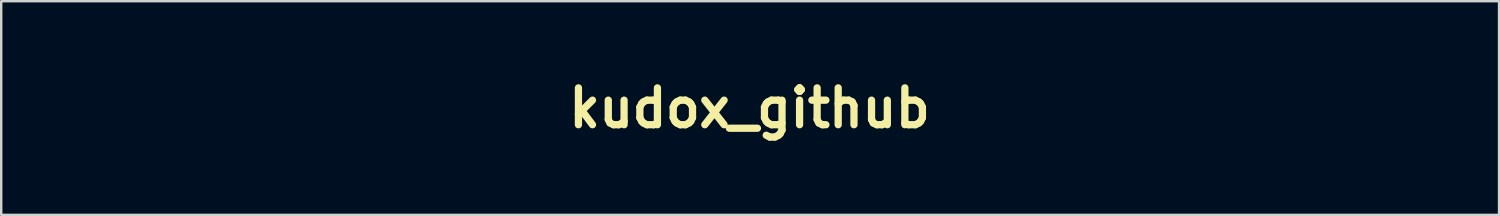
<source format=kicad_pcb>
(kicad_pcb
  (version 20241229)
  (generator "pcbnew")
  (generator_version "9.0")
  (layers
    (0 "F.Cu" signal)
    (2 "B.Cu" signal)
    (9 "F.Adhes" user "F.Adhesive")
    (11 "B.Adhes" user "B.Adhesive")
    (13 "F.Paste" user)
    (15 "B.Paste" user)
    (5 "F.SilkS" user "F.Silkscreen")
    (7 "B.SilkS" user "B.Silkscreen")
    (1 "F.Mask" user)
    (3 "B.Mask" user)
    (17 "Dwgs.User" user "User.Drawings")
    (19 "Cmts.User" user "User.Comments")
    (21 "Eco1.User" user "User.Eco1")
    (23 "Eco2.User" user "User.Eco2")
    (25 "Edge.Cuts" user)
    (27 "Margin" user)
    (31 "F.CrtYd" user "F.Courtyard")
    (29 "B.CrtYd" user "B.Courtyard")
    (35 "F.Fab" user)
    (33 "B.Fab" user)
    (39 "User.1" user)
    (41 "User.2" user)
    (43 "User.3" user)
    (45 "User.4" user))
  (footprint "kudox_github"
    (layer "F.Cu")
    (at 27.945 1.418)
    (property "Reference" "kudox_github" (at 0 0 0) (layer "F.SilkS") (effects (font (size 1.524 1.524) (thickness 0.3))))
    (attr through_hole)
    (fp_poly (pts (xy -16.402 -1.067) (xy -16.356 -0.983) (xy -16.383 -0.897) (xy -16.405 -0.879) (xy -16.503 -0.833) (xy -16.576 -0.863) (xy -16.605 -0.89) (xy -16.645 -0.988) (xy -16.599 -1.073) (xy -16.502 -1.104) (xy -16.402 -1.067)) (stroke (width 0.01) (type solid)) (fill yes) (layer "F.Mask"))
    (fp_poly (pts (xy -21.005 0.329) (xy -20.983 0.448) (xy -20.997 0.561) (xy -21.063 0.603) (xy -21.148 0.607) (xy -21.266 0.594) (xy -21.309 0.529) (xy -21.314 0.448) (xy -21.287 0.318) (xy -21.231 0.256) (xy -21.094 0.247) (xy -21.005 0.329)) (stroke (width 0.01) (type solid)) (fill yes) (layer "F.Mask"))
    (fp_poly (pts (xy -21.05 -0.617) (xy -21.014 -0.541) (xy -21.01 -0.469) (xy -21.027 -0.348) (xy -21.099 -0.297) (xy -21.166 -0.286) (xy -21.271 -0.283) (xy -21.308 -0.329) (xy -21.304 -0.452) (xy -21.278 -0.579) (xy -21.216 -0.629) (xy -21.148 -0.635) (xy -21.05 -0.617)) (stroke (width 0.01) (type solid)) (fill yes) (layer "F.Mask"))
    (fp_poly (pts (xy -10.163 0.248) (xy -10.074 0.308) (xy -10.06 0.429) (xy -10.06 0.433) (xy -10.114 0.549) (xy -10.215 0.605) (xy -10.325 0.594) (xy -10.404 0.509) (xy -10.409 0.494) (xy -10.407 0.356) (xy -10.325 0.261) (xy -10.194 0.24) (xy -10.163 0.248)) (stroke (width 0.01) (type solid)) (fill yes) (layer "F.Mask"))
    (fp_poly (pts (xy 17.094 -0.155) (xy 17.286 -0.138) (xy 17.392 -0.107) (xy 17.435 -0.054) (xy 17.438 -0.041) (xy 17.435 0.011) (xy 17.384 0.04) (xy 17.263 0.053) (xy 17.097 0.055) (xy 16.909 0.049) (xy 16.769 0.033) (xy 16.71 0.011) (xy 16.7 -0.076) (xy 16.788 -0.134) (xy 16.969 -0.157) (xy 17.094 -0.155)) (stroke (width 0.01) (type solid)) (fill yes) (layer "F.Mask"))
    (fp_poly (pts (xy -16.356 0.01) (xy -16.365 0.266) (xy -16.376 0.432) (xy -16.395 0.528) (xy -16.428 0.576) (xy -16.477 0.594) (xy -16.496 0.597) (xy -16.606 0.582) (xy -16.651 0.538) (xy -16.662 0.45) (xy -16.668 0.283) (xy -16.667 0.065) (xy -16.664 -0.032) (xy -16.648 -0.525) (xy -16.494 -0.542) (xy -16.34 -0.56) (xy -16.356 0.01)) (stroke (width 0.01) (type solid)) (fill yes) (layer "F.Mask"))
    (fp_poly (pts (xy -19.626 -1.027) (xy -19.606 -0.984) (xy -19.63 -0.911) (xy -19.692 -0.757) (xy -19.786 -0.54) (xy -19.902 -0.28) (xy -19.98 -0.11) (xy -20.127 0.202) (xy -20.239 0.426) (xy -20.325 0.575) (xy -20.393 0.663) (xy -20.451 0.702) (xy -20.473 0.708) (xy -20.568 0.705) (xy -20.595 0.68) (xy -20.573 0.617) (xy -20.513 0.471) (xy -20.422 0.261) (xy -20.308 0.003) (xy -20.22 -0.193) (xy -20.073 -0.513) (xy -19.96 -0.743) (xy -19.873 -0.897) (xy -19.805 -0.99) (xy -19.748 -1.032) (xy -19.724 -1.039) (xy -19.626 -1.027)) (stroke (width 0.01) (type solid)) (fill yes) (layer "F.Mask"))
    (fp_poly (pts (xy -4.331 -1.027) (xy -4.311 -0.984) (xy -4.335 -0.911) (xy -4.397 -0.757) (xy -4.491 -0.54) (xy -4.607 -0.28) (xy -4.685 -0.11) (xy -4.831 0.202) (xy -4.944 0.426) (xy -5.03 0.575) (xy -5.098 0.663) (xy -5.156 0.702) (xy -5.177 0.708) (xy -5.273 0.705) (xy -5.3 0.68) (xy -5.278 0.617) (xy -5.218 0.471) (xy -5.127 0.261) (xy -5.013 0.003) (xy -4.925 -0.193) (xy -4.778 -0.513) (xy -4.665 -0.743) (xy -4.578 -0.897) (xy -4.51 -0.99) (xy -4.453 -1.032) (xy -4.428 -1.039) (xy -4.331 -1.027)) (stroke (width 0.01) (type solid)) (fill yes) (layer "F.Mask"))
    (fp_poly (pts (xy -18.401 -1.032) (xy -18.39 -1.008) (xy -18.412 -0.946) (xy -18.473 -0.801) (xy -18.564 -0.592) (xy -18.679 -0.334) (xy -18.767 -0.138) (xy -18.914 0.182) (xy -19.028 0.413) (xy -19.115 0.568) (xy -19.183 0.66) (xy -19.24 0.702) (xy -19.261 0.708) (xy -19.355 0.701) (xy -19.381 0.67) (xy -19.36 0.601) (xy -19.301 0.454) (xy -19.214 0.249) (xy -19.11 0.01) (xy -18.997 -0.245) (xy -18.886 -0.491) (xy -18.785 -0.709) (xy -18.704 -0.876) (xy -18.653 -0.971) (xy -18.647 -0.98) (xy -18.571 -1.03) (xy -18.473 -1.049) (xy -18.401 -1.032)) (stroke (width 0.01) (type solid)) (fill yes) (layer "F.Mask"))
    (fp_poly (pts (xy 9.65 -1.032) (xy 9.66 -1.008) (xy 9.638 -0.946) (xy 9.577 -0.801) (xy 9.486 -0.592) (xy 9.372 -0.334) (xy 9.284 -0.138) (xy 9.136 0.182) (xy 9.023 0.413) (xy 8.936 0.568) (xy 8.868 0.66) (xy 8.81 0.702) (xy 8.789 0.708) (xy 8.695 0.701) (xy 8.669 0.67) (xy 8.691 0.601) (xy 8.75 0.454) (xy 8.836 0.249) (xy 8.94 0.01) (xy 9.053 -0.245) (xy 9.165 -0.491) (xy 9.266 -0.709) (xy 9.346 -0.876) (xy 9.397 -0.971) (xy 9.403 -0.98) (xy 9.479 -1.03) (xy 9.578 -1.049) (xy 9.65 -1.032)) (stroke (width 0.01) (type solid)) (fill yes) (layer "F.Mask"))
    (fp_poly (pts (xy -8.979 -0.59) (xy -8.875 -0.542) (xy -8.845 -0.457) (xy -8.846 -0.454) (xy -8.889 -0.388) (xy -9.002 -0.374) (xy -9.047 -0.377) (xy -9.246 -0.356) (xy -9.379 -0.247) (xy -9.439 -0.058) (xy -9.442 0.009) (xy -9.403 0.222) (xy -9.295 0.368) (xy -9.132 0.431) (xy -9.045 0.428) (xy -8.901 0.434) (xy -8.849 0.484) (xy -8.86 0.572) (xy -8.951 0.633) (xy -9.096 0.66) (xy -9.267 0.649) (xy -9.436 0.595) (xy -9.442 0.592) (xy -9.606 0.454) (xy -9.709 0.252) (xy -9.748 0.019) (xy -9.717 -0.212) (xy -9.612 -0.409) (xy -9.596 -0.426) (xy -9.467 -0.519) (xy -9.303 -0.578) (xy -9.131 -0.602) (xy -8.979 -0.59)) (stroke (width 0.01) (type solid)) (fill yes) (layer "F.Mask"))
    (fp_poly (pts (xy 26.597 -0.514) (xy 26.615 -0.468) (xy 26.569 -0.382) (xy 26.518 -0.354) (xy 26.331 -0.289) (xy 26.218 -0.211) (xy 26.156 -0.093) (xy 26.126 0.096) (xy 26.118 0.195) (xy 26.1 0.399) (xy 26.076 0.517) (xy 26.037 0.574) (xy 25.973 0.596) (xy 25.966 0.597) (xy 25.856 0.582) (xy 25.812 0.538) (xy 25.8 0.45) (xy 25.794 0.283) (xy 25.795 0.065) (xy 25.798 -0.031) (xy 25.808 -0.269) (xy 25.824 -0.418) (xy 25.85 -0.499) (xy 25.892 -0.536) (xy 25.919 -0.543) (xy 26.03 -0.52) (xy 26.074 -0.474) (xy 26.122 -0.416) (xy 26.187 -0.431) (xy 26.244 -0.468) (xy 26.381 -0.534) (xy 26.511 -0.549) (xy 26.597 -0.514)) (stroke (width 0.01) (type solid)) (fill yes) (layer "F.Mask"))
    (fp_poly (pts (xy -3.851 -1.094) (xy -3.791 -1.078) (xy -3.752 -1.034) (xy -3.728 -0.942) (xy -3.711 -0.778) (xy -3.7 -0.591) (xy -3.672 -0.104) (xy -3.454 -0.328) (xy -3.295 -0.467) (xy -3.157 -0.543) (xy -3.109 -0.552) (xy -3.017 -0.543) (xy -2.993 -0.505) (xy -3.041 -0.424) (xy -3.165 -0.287) (xy -3.21 -0.241) (xy -3.438 -0.009) (xy -3.21 0.261) (xy -3.092 0.407) (xy -3.01 0.519) (xy -2.982 0.57) (xy -3.029 0.598) (xy -3.117 0.607) (xy -3.245 0.564) (xy -3.4 0.427) (xy -3.462 0.356) (xy -3.672 0.104) (xy -3.7 0.342) (xy -3.728 0.498) (xy -3.779 0.573) (xy -3.851 0.597) (xy -3.976 0.615) (xy -3.976 -1.112) (xy -3.851 -1.094)) (stroke (width 0.01) (type solid)) (fill yes) (layer "F.Mask"))
    (fp_poly (pts (xy 10.171 -1.072) (xy 10.213 -1.043) (xy 10.239 -0.969) (xy 10.255 -0.829) (xy 10.269 -0.601) (xy 10.27 -0.582) (xy 10.298 -0.087) (xy 10.495 -0.324) (xy 10.625 -0.466) (xy 10.727 -0.533) (xy 10.832 -0.544) (xy 10.846 -0.543) (xy 11 -0.525) (xy 10.533 0.005) (xy 10.761 0.274) (xy 10.878 0.418) (xy 10.96 0.528) (xy 10.988 0.576) (xy 10.941 0.6) (xy 10.855 0.607) (xy 10.717 0.556) (xy 10.542 0.402) (xy 10.499 0.355) (xy 10.277 0.103) (xy 10.26 0.341) (xy 10.239 0.496) (xy 10.195 0.571) (xy 10.118 0.597) (xy 10.01 0.582) (xy 9.965 0.54) (xy 9.955 0.459) (xy 9.949 0.291) (xy 9.947 0.057) (xy 9.95 -0.22) (xy 9.951 -0.306) (xy 9.967 -1.077) (xy 10.105 -1.077) (xy 10.171 -1.072)) (stroke (width 0.01) (type solid)) (fill yes) (layer "F.Mask"))
    (fp_poly (pts (xy -7.862 -0.584) (xy -7.66 -0.513) (xy -7.506 -0.39) (xy -7.453 -0.3) (xy -7.404 -0.059) (xy -7.415 0.205) (xy -7.454 0.358) (xy -7.563 0.503) (xy -7.742 0.604) (xy -7.954 0.648) (xy -8.165 0.623) (xy -8.2 0.61) (xy -8.388 0.485) (xy -8.497 0.291) (xy -8.531 0.026) (xy -8.519 -0.057) (xy -8.223 -0.057) (xy -8.223 0.126) (xy -8.2 0.287) (xy -8.161 0.375) (xy -8.031 0.437) (xy -7.882 0.416) (xy -7.761 0.319) (xy -7.689 0.148) (xy -7.683 -0.039) (xy -7.733 -0.21) (xy -7.831 -0.336) (xy -7.967 -0.386) (xy -7.971 -0.387) (xy -8.1 -0.359) (xy -8.161 -0.32) (xy -8.203 -0.221) (xy -8.223 -0.057) (xy -8.519 -0.057) (xy -8.491 -0.246) (xy -8.371 -0.442) (xy -8.172 -0.561) (xy -8.074 -0.586) (xy -7.862 -0.584)) (stroke (width 0.01) (type solid)) (fill yes) (layer "F.Mask"))
    (fp_poly (pts (xy 2.638 -0.571) (xy 2.835 -0.472) (xy 2.956 -0.328) (xy 3.03 -0.092) (xy 3.028 0.148) (xy 2.956 0.366) (xy 2.823 0.531) (xy 2.699 0.601) (xy 2.506 0.653) (xy 2.346 0.645) (xy 2.18 0.586) (xy 2.016 0.46) (xy 1.915 0.272) (xy 1.877 0.052) (xy 1.879 0.028) (xy 2.153 0.028) (xy 2.189 0.216) (xy 2.281 0.356) (xy 2.406 0.433) (xy 2.541 0.433) (xy 2.657 0.35) (xy 2.706 0.239) (xy 2.732 0.075) (xy 2.733 0.028) (xy 2.701 -0.198) (xy 2.608 -0.338) (xy 2.457 -0.387) (xy 2.454 -0.387) (xy 2.315 -0.336) (xy 2.208 -0.205) (xy 2.156 -0.022) (xy 2.153 0.028) (xy 1.879 0.028) (xy 1.901 -0.173) (xy 1.987 -0.373) (xy 2.136 -0.518) (xy 2.18 -0.541) (xy 2.409 -0.597) (xy 2.638 -0.571)) (stroke (width 0.01) (type solid)) (fill yes) (layer "F.Mask"))
    (fp_poly (pts (xy 17.959 -1.094) (xy 18.019 -1.078) (xy 18.057 -1.036) (xy 18.08 -0.946) (xy 18.092 -0.786) (xy 18.1 -0.594) (xy 18.109 -0.378) (xy 18.122 -0.212) (xy 18.136 -0.121) (xy 18.141 -0.11) (xy 18.189 -0.148) (xy 18.286 -0.244) (xy 18.366 -0.331) (xy 18.52 -0.477) (xy 18.653 -0.543) (xy 18.732 -0.552) (xy 18.898 -0.552) (xy 18.671 -0.305) (xy 18.55 -0.163) (xy 18.468 -0.045) (xy 18.445 0.013) (xy 18.481 0.089) (xy 18.57 0.216) (xy 18.666 0.331) (xy 18.885 0.58) (xy 18.736 0.598) (xy 18.635 0.592) (xy 18.533 0.534) (xy 18.403 0.408) (xy 18.351 0.35) (xy 18.116 0.083) (xy 18.113 0.345) (xy 18.107 0.504) (xy 18.081 0.581) (xy 18.02 0.606) (xy 17.973 0.607) (xy 17.835 0.607) (xy 17.835 -1.112) (xy 17.959 -1.094)) (stroke (width 0.01) (type solid)) (fill yes) (layer "F.Mask"))
    (fp_poly (pts (xy 23.722 -0.584) (xy 23.924 -0.513) (xy 24.078 -0.39) (xy 24.131 -0.3) (xy 24.18 -0.059) (xy 24.169 0.205) (xy 24.13 0.358) (xy 24.021 0.503) (xy 23.843 0.604) (xy 23.63 0.648) (xy 23.42 0.623) (xy 23.385 0.61) (xy 23.196 0.485) (xy 23.087 0.291) (xy 23.053 0.028) (xy 23.357 0.028) (xy 23.369 0.203) (xy 23.401 0.336) (xy 23.423 0.375) (xy 23.554 0.437) (xy 23.702 0.416) (xy 23.823 0.319) (xy 23.895 0.148) (xy 23.901 -0.039) (xy 23.851 -0.21) (xy 23.754 -0.336) (xy 23.617 -0.386) (xy 23.613 -0.387) (xy 23.476 -0.356) (xy 23.394 -0.256) (xy 23.36 -0.071) (xy 23.357 0.028) (xy 23.053 0.028) (xy 23.053 0.026) (xy 23.093 -0.246) (xy 23.213 -0.442) (xy 23.412 -0.561) (xy 23.51 -0.586) (xy 23.722 -0.584)) (stroke (width 0.01) (type solid)) (fill yes) (layer "F.Mask"))
    (fp_poly (pts (xy -27.816 -1.094) (xy -27.744 -1.071) (xy -27.703 -1.01) (xy -27.683 -0.882) (xy -27.675 -0.765) (xy -27.659 -0.453) (xy -27.488 -0.538) (xy -27.308 -0.593) (xy -27.174 -0.573) (xy -27.038 -0.491) (xy -26.952 -0.349) (xy -26.909 -0.132) (xy -26.904 0.166) (xy -26.914 0.378) (xy -26.931 0.504) (xy -26.963 0.567) (xy -27.017 0.593) (xy -27.043 0.597) (xy -27.106 0.6) (xy -27.143 0.571) (xy -27.161 0.489) (xy -27.167 0.33) (xy -27.167 0.201) (xy -27.175 -0.047) (xy -27.202 -0.206) (xy -27.251 -0.297) (xy -27.254 -0.3) (xy -27.35 -0.374) (xy -27.438 -0.367) (xy -27.546 -0.29) (xy -27.611 -0.214) (xy -27.65 -0.101) (xy -27.671 0.078) (xy -27.676 0.193) (xy -27.688 0.397) (xy -27.707 0.515) (xy -27.742 0.573) (xy -27.803 0.595) (xy -27.816 0.597) (xy -27.94 0.615) (xy -27.94 -1.112) (xy -27.816 -1.094)) (stroke (width 0.01) (type solid)) (fill yes) (layer "F.Mask"))
    (fp_poly (pts (xy -26.121 -0.914) (xy -26.069 -0.785) (xy -26.063 -0.711) (xy -26.045 -0.594) (xy -25.976 -0.554) (xy -25.938 -0.551) (xy -25.794 -0.527) (xy -25.705 -0.469) (xy -25.699 -0.395) (xy -25.7 -0.393) (xy -25.777 -0.349) (xy -25.903 -0.331) (xy -26.068 -0.331) (xy -26.051 0.041) (xy -26.04 0.239) (xy -26.022 0.352) (xy -25.984 0.406) (xy -25.916 0.427) (xy -25.88 0.432) (xy -25.765 0.467) (xy -25.742 0.542) (xy -25.806 0.61) (xy -25.941 0.646) (xy -26.112 0.641) (xy -26.19 0.625) (xy -26.297 0.543) (xy -26.364 0.362) (xy -26.393 0.082) (xy -26.394 -0.004) (xy -26.398 -0.187) (xy -26.416 -0.286) (xy -26.457 -0.326) (xy -26.504 -0.331) (xy -26.596 -0.368) (xy -26.615 -0.419) (xy -26.568 -0.503) (xy -26.504 -0.536) (xy -26.415 -0.604) (xy -26.394 -0.718) (xy -26.366 -0.856) (xy -26.311 -0.939) (xy -26.209 -0.972) (xy -26.121 -0.914)) (stroke (width 0.01) (type solid)) (fill yes) (layer "F.Mask"))
    (fp_poly (pts (xy 5.374 -0.547) (xy 5.547 -0.443) (xy 5.66 -0.255) (xy 5.686 -0.173) (xy 5.709 0.062) (xy 5.664 0.296) (xy 5.56 0.485) (xy 5.526 0.52) (xy 5.366 0.605) (xy 5.157 0.643) (xy 4.951 0.628) (xy 4.859 0.595) (xy 4.746 0.5) (xy 4.639 0.352) (xy 4.619 0.315) (xy 4.547 0.054) (xy 4.548 0.048) (xy 4.859 0.048) (xy 4.894 0.255) (xy 4.989 0.392) (xy 5.134 0.442) (xy 5.135 0.442) (xy 5.257 0.404) (xy 5.325 0.355) (xy 5.386 0.233) (xy 5.411 0.044) (xy 5.411 0.028) (xy 5.378 -0.198) (xy 5.279 -0.336) (xy 5.116 -0.386) (xy 5.106 -0.387) (xy 4.969 -0.338) (xy 4.887 -0.194) (xy 4.859 0.045) (xy 4.859 0.048) (xy 4.548 0.048) (xy 4.584 -0.201) (xy 4.719 -0.428) (xy 4.82 -0.523) (xy 4.938 -0.568) (xy 5.117 -0.58) (xy 5.125 -0.58) (xy 5.374 -0.547)) (stroke (width 0.01) (type solid)) (fill yes) (layer "F.Mask"))
    (fp_poly (pts (xy 8.08 -0.568) (xy 8.209 -0.521) (xy 8.323 -0.427) (xy 8.416 -0.315) (xy 8.462 -0.194) (xy 8.476 -0.018) (xy 8.476 0.028) (xy 8.466 0.223) (xy 8.427 0.353) (xy 8.344 0.461) (xy 8.335 0.47) (xy 8.133 0.598) (xy 7.893 0.64) (xy 7.65 0.59) (xy 7.638 0.585) (xy 7.479 0.484) (xy 7.387 0.34) (xy 7.347 0.128) (xy 7.344 0.013) (xy 7.62 0.013) (xy 7.652 0.22) (xy 7.738 0.365) (xy 7.858 0.437) (xy 7.995 0.42) (xy 8.085 0.355) (xy 8.14 0.243) (xy 8.168 0.072) (xy 8.168 -0.112) (xy 8.139 -0.263) (xy 8.106 -0.32) (xy 7.977 -0.38) (xy 7.822 -0.367) (xy 7.707 -0.3) (xy 7.647 -0.181) (xy 7.62 -0.005) (xy 7.62 0.013) (xy 7.344 0.013) (xy 7.344 0.007) (xy 7.378 -0.261) (xy 7.482 -0.445) (xy 7.661 -0.55) (xy 7.89 -0.58) (xy 8.08 -0.568)) (stroke (width 0.01) (type solid)) (fill yes) (layer "F.Mask"))
    (fp_poly (pts (xy 14.761 -0.568) (xy 14.891 -0.521) (xy 15.004 -0.427) (xy 15.097 -0.315) (xy 15.143 -0.194) (xy 15.157 -0.018) (xy 15.157 0.028) (xy 15.147 0.223) (xy 15.108 0.353) (xy 15.025 0.461) (xy 15.016 0.47) (xy 14.815 0.598) (xy 14.574 0.64) (xy 14.331 0.59) (xy 14.319 0.585) (xy 14.16 0.484) (xy 14.068 0.34) (xy 14.029 0.128) (xy 14.025 0.013) (xy 14.301 0.013) (xy 14.334 0.22) (xy 14.419 0.365) (xy 14.539 0.437) (xy 14.676 0.42) (xy 14.767 0.355) (xy 14.822 0.243) (xy 14.85 0.072) (xy 14.85 -0.112) (xy 14.82 -0.263) (xy 14.787 -0.32) (xy 14.659 -0.38) (xy 14.503 -0.367) (xy 14.388 -0.3) (xy 14.328 -0.181) (xy 14.302 -0.005) (xy 14.301 0.013) (xy 14.025 0.013) (xy 14.025 0.007) (xy 14.059 -0.261) (xy 14.163 -0.445) (xy 14.342 -0.55) (xy 14.571 -0.58) (xy 14.761 -0.568)) (stroke (width 0.01) (type solid)) (fill yes) (layer "F.Mask"))
    (fp_poly (pts (xy -24.961 -0.962) (xy -24.937 -0.944) (xy -24.87 -0.836) (xy -24.848 -0.715) (xy -24.832 -0.605) (xy -24.763 -0.556) (xy -24.669 -0.542) (xy -24.521 -0.498) (xy -24.472 -0.428) (xy -24.481 -0.362) (xy -24.559 -0.335) (xy -24.653 -0.331) (xy -24.853 -0.331) (xy -24.837 0.041) (xy -24.826 0.239) (xy -24.807 0.352) (xy -24.769 0.406) (xy -24.701 0.427) (xy -24.665 0.432) (xy -24.55 0.467) (xy -24.527 0.542) (xy -24.591 0.62) (xy -24.717 0.652) (xy -24.868 0.636) (xy -25.005 0.57) (xy -25.011 0.566) (xy -25.081 0.49) (xy -25.125 0.382) (xy -25.153 0.213) (xy -25.166 0.066) (xy -25.184 -0.143) (xy -25.208 -0.263) (xy -25.245 -0.319) (xy -25.297 -0.331) (xy -25.382 -0.364) (xy -25.392 -0.437) (xy -25.329 -0.507) (xy -25.29 -0.525) (xy -25.197 -0.605) (xy -25.179 -0.683) (xy -25.146 -0.829) (xy -25.102 -0.912) (xy -25.031 -0.983) (xy -24.961 -0.962)) (stroke (width 0.01) (type solid)) (fill yes) (layer "F.Mask"))
    (fp_poly (pts (xy -22.045 -0.587) (xy -21.913 -0.539) (xy -21.828 -0.477) (xy -21.819 -0.417) (xy -21.824 -0.41) (xy -21.9 -0.385) (xy -22.044 -0.368) (xy -22.128 -0.364) (xy -22.29 -0.354) (xy -22.368 -0.323) (xy -22.391 -0.262) (xy -22.391 -0.254) (xy -22.356 -0.175) (xy -22.24 -0.11) (xy -22.138 -0.076) (xy -21.923 0.023) (xy -21.806 0.164) (xy -21.79 0.34) (xy -21.811 0.415) (xy -21.917 0.55) (xy -22.094 0.634) (xy -22.312 0.659) (xy -22.539 0.617) (xy -22.57 0.606) (xy -22.666 0.538) (xy -22.694 0.477) (xy -22.664 0.43) (xy -22.559 0.408) (xy -22.404 0.407) (xy -22.234 0.406) (xy -22.147 0.386) (xy -22.117 0.339) (xy -22.115 0.305) (xy -22.151 0.219) (xy -22.274 0.141) (xy -22.363 0.105) (xy -22.573 -0.01) (xy -22.688 -0.152) (xy -22.712 -0.301) (xy -22.649 -0.439) (xy -22.504 -0.546) (xy -22.282 -0.602) (xy -22.194 -0.607) (xy -22.045 -0.587)) (stroke (width 0.01) (type solid)) (fill yes) (layer "F.Mask"))
    (fp_poly (pts (xy -15.477 -0.895) (xy -15.461 -0.742) (xy -15.451 -0.614) (xy -15.403 -0.561) (xy -15.302 -0.552) (xy -15.172 -0.528) (xy -15.075 -0.47) (xy -15.04 -0.401) (xy -15.056 -0.368) (xy -15.132 -0.343) (xy -15.266 -0.331) (xy -15.277 -0.331) (xy -15.461 -0.331) (xy -15.461 -0.011) (xy -15.446 0.222) (xy -15.394 0.363) (xy -15.296 0.43) (xy -15.201 0.442) (xy -15.102 0.47) (xy -15.074 0.519) (xy -15.122 0.604) (xy -15.243 0.651) (xy -15.406 0.652) (xy -15.516 0.624) (xy -15.63 0.551) (xy -15.7 0.418) (xy -15.733 0.206) (xy -15.737 0.045) (xy -15.74 -0.155) (xy -15.754 -0.268) (xy -15.786 -0.319) (xy -15.843 -0.331) (xy -15.847 -0.331) (xy -15.939 -0.368) (xy -15.958 -0.419) (xy -15.911 -0.503) (xy -15.847 -0.536) (xy -15.765 -0.592) (xy -15.737 -0.718) (xy -15.737 -0.746) (xy -15.71 -0.898) (xy -15.649 -0.961) (xy -15.538 -0.972) (xy -15.477 -0.895)) (stroke (width 0.01) (type solid)) (fill yes) (layer "F.Mask"))
    (fp_poly (pts (xy 16.363 -0.535) (xy 16.365 -0.483) (xy 16.312 -0.396) (xy 16.228 -0.258) (xy 16.194 -0.204) (xy 16.063 0.006) (xy 16.231 0.28) (xy 16.322 0.432) (xy 16.383 0.542) (xy 16.4 0.581) (xy 16.352 0.601) (xy 16.26 0.607) (xy 16.136 0.571) (xy 16.026 0.447) (xy 16.006 0.414) (xy 15.931 0.293) (xy 15.882 0.226) (xy 15.875 0.221) (xy 15.839 0.263) (xy 15.771 0.37) (xy 15.744 0.414) (xy 15.652 0.526) (xy 15.546 0.598) (xy 15.455 0.616) (xy 15.407 0.571) (xy 15.406 0.551) (xy 15.433 0.475) (xy 15.503 0.343) (xy 15.551 0.264) (xy 15.697 0.033) (xy 15.551 -0.226) (xy 15.457 -0.398) (xy 15.418 -0.496) (xy 15.432 -0.54) (xy 15.5 -0.552) (xy 15.542 -0.552) (xy 15.656 -0.519) (xy 15.752 -0.406) (xy 15.782 -0.352) (xy 15.884 -0.153) (xy 16.002 -0.352) (xy 16.109 -0.494) (xy 16.223 -0.549) (xy 16.263 -0.552) (xy 16.363 -0.535)) (stroke (width 0.01) (type solid)) (fill yes) (layer "F.Mask"))
    (fp_poly (pts (xy 12.302 0.014) (xy 12.293 0.269) (xy 12.282 0.434) (xy 12.262 0.53) (xy 12.23 0.576) (xy 12.179 0.595) (xy 12.162 0.597) (xy 12.066 0.589) (xy 12.037 0.555) (xy 11.996 0.532) (xy 11.879 0.576) (xy 11.874 0.578) (xy 11.708 0.646) (xy 11.568 0.648) (xy 11.485 0.624) (xy 11.384 0.565) (xy 11.317 0.463) (xy 11.28 0.296) (xy 11.265 0.047) (xy 11.264 -0.066) (xy 11.266 -0.298) (xy 11.273 -0.441) (xy 11.293 -0.517) (xy 11.332 -0.547) (xy 11.395 -0.552) (xy 11.402 -0.552) (xy 11.472 -0.547) (xy 11.513 -0.517) (xy 11.533 -0.44) (xy 11.54 -0.292) (xy 11.54 -0.121) (xy 11.557 0.171) (xy 11.608 0.36) (xy 11.692 0.445) (xy 11.808 0.426) (xy 11.927 0.331) (xy 11.989 0.247) (xy 12.023 0.129) (xy 12.036 -0.054) (xy 12.037 -0.166) (xy 12.039 -0.368) (xy 12.051 -0.483) (xy 12.081 -0.536) (xy 12.139 -0.551) (xy 12.177 -0.552) (xy 12.317 -0.552) (xy 12.302 0.014)) (stroke (width 0.01) (type solid)) (fill yes) (layer "F.Mask"))
    (fp_poly (pts (xy -12.294 -0.526) (xy -12.252 -0.489) (xy -12.229 -0.398) (xy -12.214 -0.232) (xy -12.205 -0.024) (xy -12.205 0.191) (xy -12.214 0.379) (xy -12.232 0.505) (xy -12.237 0.52) (xy -12.305 0.588) (xy -12.405 0.605) (xy -12.481 0.566) (xy -12.489 0.549) (xy -12.548 0.528) (xy -12.673 0.576) (xy -12.859 0.65) (xy -13.006 0.643) (xy -13.148 0.558) (xy -13.21 0.498) (xy -13.249 0.423) (xy -13.269 0.306) (xy -13.277 0.122) (xy -13.278 -0.035) (xy -13.278 -0.268) (xy -13.271 -0.412) (xy -13.251 -0.489) (xy -13.213 -0.519) (xy -13.151 -0.525) (xy -13.142 -0.525) (xy -13.074 -0.519) (xy -13.032 -0.489) (xy -13.008 -0.412) (xy -12.995 -0.265) (xy -12.988 -0.072) (xy -12.977 0.155) (xy -12.959 0.295) (xy -12.929 0.371) (xy -12.879 0.409) (xy -12.86 0.416) (xy -12.717 0.419) (xy -12.614 0.322) (xy -12.549 0.125) (xy -12.523 -0.13) (xy -12.51 -0.34) (xy -12.489 -0.463) (xy -12.451 -0.523) (xy -12.403 -0.543) (xy -12.294 -0.526)) (stroke (width 0.01) (type solid)) (fill yes) (layer "F.Mask"))
    (fp_poly (pts (xy 19.793 -0.57) (xy 19.979 -0.478) (xy 20.016 -0.442) (xy 20.084 -0.315) (xy 20.119 -0.146) (xy 20.12 -0.126) (xy 20.127 0.083) (xy 19.754 0.099) (xy 19.554 0.112) (xy 19.441 0.133) (xy 19.391 0.169) (xy 19.381 0.221) (xy 19.431 0.337) (xy 19.565 0.412) (xy 19.762 0.435) (xy 19.812 0.432) (xy 19.958 0.434) (xy 20.023 0.477) (xy 20.032 0.504) (xy 20.001 0.585) (xy 19.886 0.637) (xy 19.712 0.655) (xy 19.505 0.632) (xy 19.464 0.623) (xy 19.277 0.528) (xy 19.147 0.362) (xy 19.074 0.154) (xy 19.063 -0.069) (xy 19.099 -0.216) (xy 19.379 -0.216) (xy 19.414 -0.146) (xy 19.552 -0.113) (xy 19.63 -0.11) (xy 19.778 -0.117) (xy 19.867 -0.132) (xy 19.878 -0.142) (xy 19.832 -0.273) (xy 19.719 -0.358) (xy 19.579 -0.381) (xy 19.452 -0.324) (xy 19.448 -0.32) (xy 19.379 -0.216) (xy 19.099 -0.216) (xy 19.115 -0.281) (xy 19.234 -0.454) (xy 19.35 -0.534) (xy 19.57 -0.591) (xy 19.793 -0.57)) (stroke (width 0.01) (type solid)) (fill yes) (layer "F.Mask"))
    (fp_poly (pts (xy 20.464 -0.543) (xy 20.548 -0.525) (xy 20.607 -0.478) (xy 20.656 -0.38) (xy 20.71 -0.206) (xy 20.733 -0.124) (xy 20.789 0.067) (xy 20.837 0.209) (xy 20.869 0.274) (xy 20.872 0.276) (xy 20.902 0.228) (xy 20.957 0.1) (xy 21.024 -0.082) (xy 21.039 -0.124) (xy 21.118 -0.338) (xy 21.184 -0.465) (xy 21.25 -0.527) (xy 21.3 -0.542) (xy 21.396 -0.536) (xy 21.424 -0.506) (xy 21.405 -0.429) (xy 21.352 -0.274) (xy 21.275 -0.063) (xy 21.183 0.181) (xy 21.084 0.436) (xy 20.987 0.677) (xy 20.903 0.882) (xy 20.838 1.028) (xy 20.805 1.091) (xy 20.706 1.153) (xy 20.604 1.141) (xy 20.571 1.108) (xy 20.573 1.03) (xy 20.616 0.898) (xy 20.636 0.854) (xy 20.678 0.759) (xy 20.698 0.678) (xy 20.692 0.583) (xy 20.658 0.448) (xy 20.591 0.249) (xy 20.546 0.119) (xy 20.465 -0.113) (xy 20.396 -0.309) (xy 20.348 -0.445) (xy 20.332 -0.488) (xy 20.345 -0.538) (xy 20.446 -0.545) (xy 20.464 -0.543)) (stroke (width 0.01) (type solid)) (fill yes) (layer "F.Mask"))
    (fp_poly (pts (xy -11.748 -1.094) (xy -11.676 -1.071) (xy -11.635 -1.01) (xy -11.615 -0.883) (xy -11.607 -0.764) (xy -11.59 -0.451) (xy -11.441 -0.529) (xy -11.286 -0.594) (xy -11.157 -0.595) (xy -11.022 -0.545) (xy -10.878 -0.424) (xy -10.788 -0.235) (xy -10.753 -0.011) (xy -10.778 0.219) (xy -10.865 0.422) (xy -10.929 0.501) (xy -11.088 0.626) (xy -11.241 0.655) (xy -11.423 0.593) (xy -11.443 0.583) (xy -11.562 0.541) (xy -11.626 0.556) (xy -11.701 0.599) (xy -11.765 0.607) (xy -11.805 0.601) (xy -11.834 0.573) (xy -11.853 0.506) (xy -11.864 0.384) (xy -11.87 0.191) (xy -11.871 0.013) (xy -11.596 0.013) (xy -11.564 0.226) (xy -11.48 0.37) (xy -11.359 0.433) (xy -11.217 0.403) (xy -11.144 0.35) (xy -11.072 0.223) (xy -11.043 0.042) (xy -11.058 -0.144) (xy -11.117 -0.285) (xy -11.13 -0.3) (xy -11.271 -0.384) (xy -11.406 -0.372) (xy -11.517 -0.276) (xy -11.584 -0.109) (xy -11.596 0.013) (xy -11.871 0.013) (xy -11.872 -0.089) (xy -11.872 -0.252) (xy -11.872 -1.112) (xy -11.748 -1.094)) (stroke (width 0.01) (type solid)) (fill yes) (layer "F.Mask"))
    (fp_poly (pts (xy -1.732 -0.549) (xy -1.693 -0.526) (xy -1.67 -0.463) (xy -1.66 -0.341) (xy -1.657 -0.14) (xy -1.657 0.028) (xy -1.658 0.287) (xy -1.665 0.454) (xy -1.681 0.551) (xy -1.709 0.595) (xy -1.754 0.607) (xy -1.764 0.607) (xy -1.868 0.584) (xy -1.903 0.556) (xy -1.97 0.541) (xy -2.085 0.583) (xy -2.275 0.653) (xy -2.428 0.633) (xy -2.572 0.525) (xy -2.64 0.448) (xy -2.68 0.366) (xy -2.697 0.25) (xy -2.698 0.069) (xy -2.694 -0.069) (xy -2.684 -0.293) (xy -2.669 -0.43) (xy -2.641 -0.503) (xy -2.595 -0.534) (xy -2.554 -0.542) (xy -2.49 -0.545) (xy -2.453 -0.516) (xy -2.435 -0.432) (xy -2.43 -0.272) (xy -2.43 -0.152) (xy -2.416 0.132) (xy -2.375 0.316) (xy -2.35 0.362) (xy -2.285 0.431) (xy -2.215 0.433) (xy -2.115 0.385) (xy -2.036 0.334) (xy -1.989 0.272) (xy -1.963 0.168) (xy -1.949 -0.003) (xy -1.944 -0.126) (xy -1.934 -0.341) (xy -1.919 -0.467) (xy -1.89 -0.53) (xy -1.84 -0.55) (xy -1.792 -0.552) (xy -1.732 -0.549)) (stroke (width 0.01) (type solid)) (fill yes) (layer "F.Mask"))
    (fp_poly (pts (xy 3.56 -1.074) (xy 3.58 -1.002) (xy 3.588 -0.862) (xy 3.589 -0.634) (xy 3.589 -0.611) (xy 3.594 -0.391) (xy 3.606 -0.221) (xy 3.625 -0.124) (xy 3.635 -0.11) (xy 3.693 -0.15) (xy 3.791 -0.251) (xy 3.859 -0.331) (xy 3.993 -0.475) (xy 4.112 -0.541) (xy 4.204 -0.552) (xy 4.372 -0.552) (xy 4.141 -0.275) (xy 3.909 0.002) (xy 4.066 0.2) (xy 4.216 0.39) (xy 4.304 0.509) (xy 4.335 0.574) (xy 4.316 0.602) (xy 4.251 0.607) (xy 4.21 0.607) (xy 4.092 0.587) (xy 3.984 0.511) (xy 3.858 0.361) (xy 3.749 0.225) (xy 3.664 0.135) (xy 3.631 0.112) (xy 3.606 0.16) (xy 3.591 0.285) (xy 3.589 0.359) (xy 3.582 0.514) (xy 3.552 0.587) (xy 3.487 0.607) (xy 3.477 0.607) (xy 3.373 0.576) (xy 3.337 0.536) (xy 3.328 0.457) (xy 3.323 0.29) (xy 3.321 0.057) (xy 3.324 -0.22) (xy 3.325 -0.306) (xy 3.332 -0.611) (xy 3.34 -0.824) (xy 3.353 -0.96) (xy 3.373 -1.039) (xy 3.404 -1.077) (xy 3.448 -1.092) (xy 3.465 -1.094) (xy 3.524 -1.098) (xy 3.56 -1.074)) (stroke (width 0.01) (type solid)) (fill yes) (layer "F.Mask"))
    (fp_poly (pts (xy -14.43 -1.061) (xy -14.415 -0.965) (xy -14.412 -0.783) (xy -14.412 -0.775) (xy -14.412 -0.439) (xy -14.249 -0.523) (xy -14.036 -0.599) (xy -13.864 -0.578) (xy -13.749 -0.497) (xy -13.695 -0.427) (xy -13.662 -0.333) (xy -13.645 -0.188) (xy -13.639 0.034) (xy -13.639 0.114) (xy -13.64 0.35) (xy -13.647 0.497) (xy -13.666 0.573) (xy -13.701 0.6) (xy -13.757 0.598) (xy -13.763 0.597) (xy -13.827 0.579) (xy -13.866 0.531) (xy -13.888 0.429) (xy -13.9 0.249) (xy -13.904 0.168) (xy -13.931 -0.124) (xy -13.988 -0.309) (xy -14.074 -0.39) (xy -14.19 -0.366) (xy -14.301 -0.276) (xy -14.363 -0.192) (xy -14.397 -0.074) (xy -14.411 0.109) (xy -14.412 0.221) (xy -14.415 0.424) (xy -14.428 0.54) (xy -14.458 0.593) (xy -14.513 0.607) (xy -14.524 0.607) (xy -14.628 0.576) (xy -14.664 0.536) (xy -14.673 0.457) (xy -14.678 0.29) (xy -14.68 0.057) (xy -14.677 -0.22) (xy -14.676 -0.306) (xy -14.669 -0.611) (xy -14.661 -0.824) (xy -14.648 -0.96) (xy -14.628 -1.039) (xy -14.597 -1.077) (xy -14.553 -1.092) (xy -14.536 -1.094) (xy -14.468 -1.096) (xy -14.43 -1.061)) (stroke (width 0.01) (type solid)) (fill yes) (layer "F.Mask"))
    (fp_poly (pts (xy 1.198 -0.59) (xy 1.371 -0.559) (xy 1.5 -0.495) (xy 1.529 -0.464) (xy 1.571 -0.343) (xy 1.595 -0.123) (xy 1.601 0.121) (xy 1.599 0.355) (xy 1.59 0.499) (xy 1.569 0.575) (xy 1.531 0.604) (xy 1.495 0.607) (xy 1.398 0.581) (xy 1.37 0.549) (xy 1.311 0.528) (xy 1.186 0.576) (xy 1.006 0.649) (xy 0.863 0.646) (xy 0.727 0.575) (xy 0.644 0.492) (xy 0.615 0.376) (xy 0.618 0.259) (xy 0.635 0.183) (xy 0.893 0.183) (xy 0.899 0.341) (xy 0.974 0.427) (xy 1.096 0.429) (xy 1.224 0.35) (xy 1.304 0.238) (xy 1.325 0.154) (xy 1.307 0.085) (xy 1.232 0.061) (xy 1.119 0.066) (xy 0.964 0.098) (xy 0.897 0.168) (xy 0.893 0.183) (xy 0.635 0.183) (xy 0.654 0.092) (xy 0.745 -0.021) (xy 0.911 -0.095) (xy 1.122 -0.139) (xy 1.263 -0.174) (xy 1.314 -0.229) (xy 1.313 -0.265) (xy 1.281 -0.32) (xy 1.196 -0.347) (xy 1.032 -0.353) (xy 0.978 -0.353) (xy 0.788 -0.356) (xy 0.689 -0.38) (xy 0.663 -0.423) (xy 0.711 -0.506) (xy 0.837 -0.562) (xy 1.009 -0.591) (xy 1.198 -0.59)) (stroke (width 0.01) (type solid)) (fill yes) (layer "F.Mask"))
    (fp_poly (pts (xy 6.143 -1.094) (xy 6.214 -1.072) (xy 6.255 -1.012) (xy 6.275 -0.886) (xy 6.284 -0.758) (xy 6.295 -0.581) (xy 6.312 -0.494) (xy 6.347 -0.479) (xy 6.41 -0.516) (xy 6.42 -0.523) (xy 6.607 -0.6) (xy 6.794 -0.568) (xy 6.968 -0.44) (xy 7.062 -0.337) (xy 7.109 -0.242) (xy 7.121 -0.116) (xy 7.112 0.06) (xy 7.058 0.332) (xy 6.947 0.524) (xy 6.79 0.628) (xy 6.596 0.637) (xy 6.434 0.577) (xy 6.306 0.528) (xy 6.25 0.549) (xy 6.186 0.598) (xy 6.125 0.607) (xy 6.084 0.601) (xy 6.056 0.572) (xy 6.037 0.503) (xy 6.026 0.379) (xy 6.021 0.191) (xy 6.303 0.191) (xy 6.329 0.306) (xy 6.385 0.371) (xy 6.545 0.437) (xy 6.687 0.396) (xy 6.761 0.319) (xy 6.836 0.126) (xy 6.831 -0.089) (xy 6.747 -0.277) (xy 6.742 -0.283) (xy 6.65 -0.371) (xy 6.55 -0.378) (xy 6.48 -0.357) (xy 6.388 -0.314) (xy 6.338 -0.248) (xy 6.314 -0.124) (xy 6.305 -0.001) (xy 6.303 0.191) (xy 6.021 0.191) (xy 6.021 0.183) (xy 6.019 -0.099) (xy 6.019 -0.252) (xy 6.019 -1.112) (xy 6.143 -1.094)) (stroke (width 0.01) (type solid)) (fill yes) (layer "F.Mask"))
    (fp_poly (pts (xy 21.958 -1.061) (xy 21.974 -0.963) (xy 21.977 -0.781) (xy 21.977 -0.45) (xy 22.147 -0.535) (xy 22.359 -0.59) (xy 22.55 -0.55) (xy 22.705 -0.428) (xy 22.808 -0.239) (xy 22.843 0.001) (xy 22.837 0.095) (xy 22.778 0.349) (xy 22.67 0.518) (xy 22.543 0.603) (xy 22.398 0.653) (xy 22.272 0.642) (xy 22.128 0.576) (xy 22.015 0.53) (xy 21.977 0.554) (xy 21.931 0.595) (xy 21.852 0.597) (xy 21.805 0.587) (xy 21.771 0.561) (xy 21.749 0.502) (xy 21.736 0.393) (xy 21.73 0.218) (xy 21.729 0.018) (xy 21.977 0.018) (xy 22.009 0.222) (xy 22.095 0.366) (xy 22.216 0.436) (xy 22.353 0.419) (xy 22.442 0.355) (xy 22.497 0.243) (xy 22.525 0.072) (xy 22.525 -0.112) (xy 22.496 -0.263) (xy 22.462 -0.32) (xy 22.33 -0.392) (xy 22.193 -0.373) (xy 22.074 -0.278) (xy 21.995 -0.122) (xy 21.977 0.018) (xy 21.729 0.018) (xy 21.728 -0.041) (xy 21.728 -0.248) (xy 21.729 -0.567) (xy 21.732 -0.791) (xy 21.74 -0.939) (xy 21.756 -1.026) (xy 21.782 -1.071) (xy 21.821 -1.089) (xy 21.852 -1.094) (xy 21.921 -1.096) (xy 21.958 -1.061)) (stroke (width 0.01) (type solid)) (fill yes) (layer "F.Mask"))
    (fp_poly (pts (xy -23.321 -0.582) (xy -23.17 -0.49) (xy -23.055 -0.334) (xy -22.988 -0.132) (xy -22.981 0.1) (xy -23.044 0.346) (xy -23.045 0.347) (xy -23.169 0.54) (xy -23.339 0.633) (xy -23.557 0.627) (xy -23.702 0.58) (xy -23.762 0.57) (xy -23.791 0.621) (xy -23.799 0.755) (xy -23.799 0.784) (xy -23.82 0.984) (xy -23.878 1.111) (xy -23.96 1.153) (xy -24.057 1.097) (xy -24.07 1.083) (xy -24.099 0.99) (xy -24.116 0.795) (xy -24.121 0.495) (xy -24.118 0.242) (xy -24.113 0.024) (xy -23.799 0.024) (xy -23.789 0.219) (xy -23.753 0.333) (xy -23.702 0.383) (xy -23.538 0.429) (xy -23.395 0.37) (xy -23.309 0.253) (xy -23.26 0.06) (xy -23.28 -0.101) (xy -23.36 -0.288) (xy -23.478 -0.372) (xy -23.635 -0.353) (xy -23.656 -0.343) (xy -23.739 -0.294) (xy -23.782 -0.22) (xy -23.797 -0.089) (xy -23.799 0.024) (xy -24.113 0.024) (xy -24.11 -0.064) (xy -24.101 -0.277) (xy -24.087 -0.414) (xy -24.066 -0.493) (xy -24.035 -0.53) (xy -23.999 -0.543) (xy -23.892 -0.529) (xy -23.853 -0.495) (xy -23.798 -0.46) (xy -23.705 -0.502) (xy -23.682 -0.517) (xy -23.495 -0.597) (xy -23.321 -0.582)) (stroke (width 0.01) (type solid)) (fill yes) (layer "F.Mask"))
    (fp_poly (pts (xy 27.843 -1.094) (xy 27.891 -1.084) (xy 27.926 -1.056) (xy 27.949 -0.994) (xy 27.963 -0.882) (xy 27.973 -0.701) (xy 27.98 -0.436) (xy 27.983 -0.261) (xy 27.987 0.061) (xy 27.986 0.29) (xy 27.977 0.441) (xy 27.96 0.531) (xy 27.933 0.576) (xy 27.913 0.587) (xy 27.8 0.585) (xy 27.76 0.563) (xy 27.662 0.54) (xy 27.553 0.582) (xy 27.383 0.65) (xy 27.236 0.635) (xy 27.076 0.53) (xy 27.046 0.503) (xy 26.94 0.396) (xy 26.887 0.291) (xy 26.869 0.142) (xy 26.867 0.048) (xy 27.167 0.048) (xy 27.2 0.253) (xy 27.288 0.387) (xy 27.413 0.438) (xy 27.56 0.395) (xy 27.618 0.35) (xy 27.693 0.22) (xy 27.719 0.037) (xy 27.696 -0.149) (xy 27.628 -0.286) (xy 27.497 -0.369) (xy 27.355 -0.376) (xy 27.242 -0.307) (xy 27.224 -0.28) (xy 27.187 -0.155) (xy 27.168 0.015) (xy 27.167 0.048) (xy 26.867 0.048) (xy 26.867 0.042) (xy 26.902 -0.236) (xy 27 -0.441) (xy 27.15 -0.564) (xy 27.341 -0.596) (xy 27.553 -0.533) (xy 27.719 -0.45) (xy 27.719 -0.781) (xy 27.722 -0.964) (xy 27.737 -1.061) (xy 27.775 -1.096) (xy 27.843 -1.094)) (stroke (width 0.01) (type solid)) (fill yes) (layer "F.Mask"))
    (fp_poly (pts (xy 25.104 -0.574) (xy 25.228 -0.548) (xy 25.312 -0.492) (xy 25.352 -0.447) (xy 25.407 -0.36) (xy 25.437 -0.252) (xy 25.448 -0.091) (xy 25.444 0.133) (xy 25.433 0.355) (xy 25.418 0.49) (xy 25.389 0.56) (xy 25.342 0.59) (xy 25.303 0.597) (xy 25.207 0.589) (xy 25.179 0.555) (xy 25.138 0.532) (xy 25.021 0.576) (xy 25.016 0.578) (xy 24.845 0.649) (xy 24.714 0.646) (xy 24.575 0.566) (xy 24.552 0.548) (xy 24.433 0.403) (xy 24.419 0.298) (xy 24.7 0.298) (xy 24.734 0.354) (xy 24.848 0.434) (xy 24.976 0.406) (xy 25.069 0.331) (xy 25.169 0.199) (xy 25.171 0.108) (xy 25.075 0.066) (xy 24.978 0.066) (xy 24.805 0.109) (xy 24.708 0.192) (xy 24.7 0.298) (xy 24.419 0.298) (xy 24.412 0.246) (xy 24.479 0.096) (xy 24.624 -0.031) (xy 24.837 -0.117) (xy 24.92 -0.134) (xy 25.072 -0.165) (xy 25.165 -0.201) (xy 25.179 -0.217) (xy 25.13 -0.31) (xy 24.996 -0.366) (xy 24.802 -0.376) (xy 24.764 -0.373) (xy 24.582 -0.363) (xy 24.496 -0.388) (xy 24.495 -0.456) (xy 24.518 -0.5) (xy 24.598 -0.551) (xy 24.766 -0.576) (xy 24.906 -0.58) (xy 25.104 -0.574)) (stroke (width 0.01) (type solid)) (fill yes) (layer "F.Mask"))
    (fp_poly (pts (xy 13.618 -1.095) (xy 13.658 -1.08) (xy 13.686 -1.041) (xy 13.704 -0.961) (xy 13.715 -0.825) (xy 13.72 -0.614) (xy 13.722 -0.313) (xy 13.722 -0.248) (xy 13.721 0.071) (xy 13.716 0.296) (xy 13.707 0.445) (xy 13.69 0.533) (xy 13.664 0.578) (xy 13.626 0.597) (xy 13.618 0.598) (xy 13.511 0.584) (xy 13.472 0.55) (xy 13.418 0.515) (xy 13.324 0.557) (xy 13.301 0.572) (xy 13.15 0.647) (xy 12.994 0.644) (xy 12.877 0.605) (xy 12.772 0.521) (xy 12.68 0.383) (xy 12.67 0.362) (xy 12.604 0.111) (xy 12.607 -0.011) (xy 12.886 -0.011) (xy 12.901 0.165) (xy 12.962 0.318) (xy 13.069 0.418) (xy 13.159 0.44) (xy 13.24 0.418) (xy 13.311 0.385) (xy 13.377 0.325) (xy 13.409 0.218) (xy 13.418 0.032) (xy 13.397 -0.196) (xy 13.331 -0.33) (xy 13.213 -0.381) (xy 13.131 -0.377) (xy 13 -0.311) (xy 12.919 -0.179) (xy 12.886 -0.011) (xy 12.607 -0.011) (xy 12.61 -0.126) (xy 12.676 -0.333) (xy 12.791 -0.491) (xy 12.947 -0.583) (xy 13.13 -0.592) (xy 13.231 -0.559) (xy 13.345 -0.512) (xy 13.399 -0.519) (xy 13.417 -0.601) (xy 13.419 -0.732) (xy 13.438 -0.948) (xy 13.496 -1.068) (xy 13.597 -1.098) (xy 13.618 -1.095)) (stroke (width 0.01) (type solid)) (fill yes) (layer "F.Mask"))
    (fp_poly (pts (xy -17.631 -0.59) (xy -17.49 -0.527) (xy -17.386 -0.487) (xy -17.339 -0.497) (xy -17.338 -0.5) (xy -17.291 -0.539) (xy -17.196 -0.552) (xy -17.053 -0.552) (xy -17.072 0.164) (xy -17.081 0.462) (xy -17.093 0.671) (xy -17.111 0.81) (xy -17.138 0.902) (xy -17.18 0.968) (xy -17.211 1.002) (xy -17.34 1.08) (xy -17.522 1.133) (xy -17.717 1.156) (xy -17.887 1.144) (xy -17.987 1.098) (xy -18.048 1.014) (xy -18.023 0.964) (xy -17.903 0.942) (xy -17.783 0.939) (xy -17.602 0.928) (xy -17.491 0.886) (xy -17.424 0.816) (xy -17.354 0.681) (xy -17.338 0.573) (xy -17.377 0.518) (xy -17.435 0.525) (xy -17.627 0.59) (xy -17.777 0.6) (xy -17.861 0.585) (xy -18.007 0.497) (xy -18.107 0.337) (xy -18.159 0.132) (xy -18.162 -0.04) (xy -17.888 -0.04) (xy -17.88 0.15) (xy -17.833 0.28) (xy -17.733 0.365) (xy -17.591 0.381) (xy -17.451 0.323) (xy -17.425 0.3) (xy -17.353 0.166) (xy -17.34 -0.003) (xy -17.377 -0.173) (xy -17.457 -0.31) (xy -17.569 -0.383) (xy -17.605 -0.387) (xy -17.74 -0.338) (xy -17.838 -0.212) (xy -17.888 -0.04) (xy -18.162 -0.04) (xy -18.163 -0.088) (xy -18.117 -0.296) (xy -18.02 -0.463) (xy -17.909 -0.546) (xy -17.759 -0.599) (xy -17.631 -0.59)) (stroke (width 0.01) (type solid)) (fill yes) (layer "F.Mask"))
    (fp_poly (pts (xy -0.566 -0.575) (xy -0.495 -0.523) (xy -0.421 -0.472) (xy -0.342 -0.479) (xy -0.229 -0.537) (xy -0.103 -0.598) (xy -0.01 -0.6) (xy 0.096 -0.55) (xy 0.166 -0.506) (xy 0.211 -0.453) (xy 0.238 -0.366) (xy 0.253 -0.223) (xy 0.262 0.001) (xy 0.264 0.075) (xy 0.271 0.322) (xy 0.269 0.479) (xy 0.256 0.564) (xy 0.227 0.598) (xy 0.178 0.601) (xy 0.154 0.598) (xy 0.092 0.581) (xy 0.053 0.538) (xy 0.031 0.446) (xy 0.018 0.282) (xy 0.012 0.122) (xy -0.003 -0.124) (xy -0.027 -0.277) (xy -0.064 -0.354) (xy -0.086 -0.368) (xy -0.195 -0.373) (xy -0.272 -0.29) (xy -0.32 -0.111) (xy -0.343 0.156) (xy -0.355 0.374) (xy -0.374 0.505) (xy -0.407 0.572) (xy -0.46 0.598) (xy -0.463 0.598) (xy -0.554 0.593) (xy -0.614 0.524) (xy -0.648 0.379) (xy -0.661 0.142) (xy -0.662 0.067) (xy -0.668 -0.157) (xy -0.689 -0.291) (xy -0.728 -0.357) (xy -0.746 -0.367) (xy -0.856 -0.374) (xy -0.933 -0.292) (xy -0.982 -0.117) (xy -1.005 0.157) (xy -1.016 0.372) (xy -1.033 0.5) (xy -1.064 0.565) (xy -1.116 0.592) (xy -1.146 0.597) (xy -1.201 0.601) (xy -1.237 0.58) (xy -1.257 0.516) (xy -1.267 0.39) (xy -1.27 0.183) (xy -1.27 0.031) (xy -1.269 -0.228) (xy -1.262 -0.397) (xy -1.246 -0.495) (xy -1.218 -0.54) (xy -1.174 -0.552) (xy -1.163 -0.552) (xy -1.057 -0.527) (xy -1.021 -0.496) (xy -0.953 -0.48) (xy -0.868 -0.524) (xy -0.706 -0.6) (xy -0.566 -0.575)) (stroke (width 0.01) (type solid)) (fill yes) (layer "F.Mask"))
    (fp_poly (pts (xy -6.463 -0.598) (xy -6.364 -0.55) (xy -6.237 -0.497) (xy -6.126 -0.51) (xy -6.056 -0.541) (xy -5.863 -0.591) (xy -5.697 -0.551) (xy -5.584 -0.43) (xy -5.573 -0.403) (xy -5.548 -0.277) (xy -5.533 -0.081) (xy -5.533 0.144) (xy -5.533 0.161) (xy -5.544 0.375) (xy -5.562 0.502) (xy -5.593 0.567) (xy -5.646 0.593) (xy -5.671 0.597) (xy -5.731 0.599) (xy -5.769 0.57) (xy -5.79 0.488) (xy -5.802 0.333) (xy -5.809 0.161) (xy -5.823 -0.081) (xy -5.847 -0.235) (xy -5.886 -0.322) (xy -5.917 -0.35) (xy -6.026 -0.375) (xy -6.097 -0.335) (xy -6.144 -0.265) (xy -6.172 -0.137) (xy -6.183 0.071) (xy -6.184 0.176) (xy -6.186 0.394) (xy -6.195 0.523) (xy -6.218 0.585) (xy -6.262 0.602) (xy -6.309 0.597) (xy -6.37 0.58) (xy -6.409 0.536) (xy -6.433 0.44) (xy -6.45 0.272) (xy -6.46 0.111) (xy -6.477 -0.12) (xy -6.498 -0.264) (xy -6.528 -0.34) (xy -6.575 -0.373) (xy -6.595 -0.378) (xy -6.712 -0.361) (xy -6.791 -0.253) (xy -6.836 -0.049) (xy -6.847 0.204) (xy -6.85 0.412) (xy -6.862 0.533) (xy -6.89 0.59) (xy -6.941 0.607) (xy -6.959 0.607) (xy -7.064 0.576) (xy -7.099 0.534) (xy -7.11 0.448) (xy -7.115 0.282) (xy -7.114 0.066) (xy -7.112 -0.032) (xy -7.102 -0.267) (xy -7.088 -0.414) (xy -7.064 -0.494) (xy -7.023 -0.53) (xy -6.971 -0.542) (xy -6.875 -0.535) (xy -6.847 -0.503) (xy -6.806 -0.49) (xy -6.705 -0.528) (xy -6.681 -0.541) (xy -6.557 -0.6) (xy -6.463 -0.598)) (stroke (width 0.01) (type solid)) (fill yes) (layer "F.Mask")))
  (gr_rect
    (start -3 -3)
    (end 58.937 5.836)
    (stroke (width 0.1) (type default))
    (fill no)
    (layer "Edge.Cuts")))
</source>
